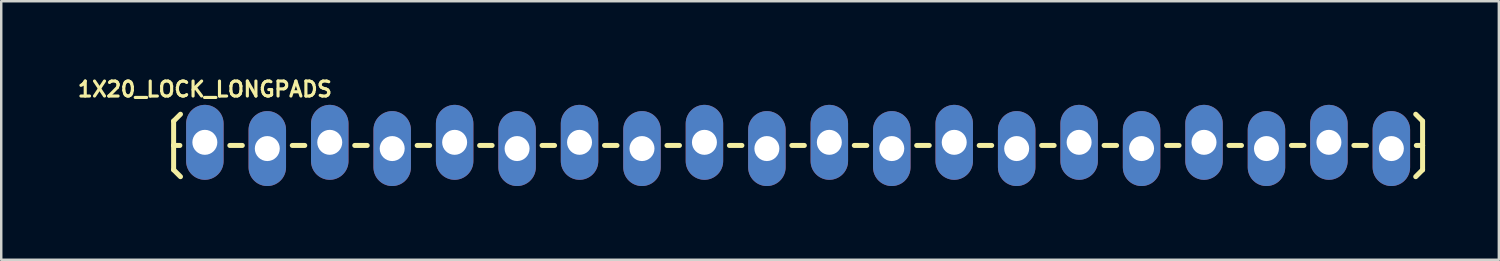
<source format=kicad_pcb>
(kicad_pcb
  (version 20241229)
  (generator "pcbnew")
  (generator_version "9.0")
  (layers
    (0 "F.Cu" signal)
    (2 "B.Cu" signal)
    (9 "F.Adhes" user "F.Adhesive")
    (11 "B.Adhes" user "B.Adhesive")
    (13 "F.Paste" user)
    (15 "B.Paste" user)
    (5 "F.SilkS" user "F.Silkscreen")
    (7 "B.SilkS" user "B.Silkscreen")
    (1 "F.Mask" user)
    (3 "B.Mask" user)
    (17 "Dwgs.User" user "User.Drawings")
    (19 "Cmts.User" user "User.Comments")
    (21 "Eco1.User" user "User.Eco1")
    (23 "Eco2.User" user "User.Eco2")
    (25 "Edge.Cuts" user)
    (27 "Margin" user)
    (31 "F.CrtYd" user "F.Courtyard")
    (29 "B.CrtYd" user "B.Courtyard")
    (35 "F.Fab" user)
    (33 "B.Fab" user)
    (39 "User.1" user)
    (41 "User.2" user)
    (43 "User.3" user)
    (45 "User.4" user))
  (footprint "1X20_LOCK_LONGPADS"
    (layer "F.Cu")
    (at 5.282 2.866)
    (property "Reference" "1X20_LOCK_LONGPADS" (at 0 -2.286 0) (layer "F.SilkS") (effects (font (size 0.61 0.61) (thickness 0.127))))
    (attr exclude_from_pos_files exclude_from_bom)
    (fp_line (start -1.27 -0.991) (end -0.991 -1.27) (stroke (width 0.203) (type solid)) (layer "F.SilkS"))
    (fp_line (start -1.27 0) (end -1.27 -0.991) (stroke (width 0.203) (type solid)) (layer "F.SilkS"))
    (fp_line (start -1.27 0) (end -1.27 0.991) (stroke (width 0.203) (type solid)) (layer "F.SilkS"))
    (fp_line (start -1.27 0) (end -1.016 0) (stroke (width 0.203) (type solid)) (layer "F.SilkS"))
    (fp_line (start -1.27 0.991) (end -0.991 1.27) (stroke (width 0.203) (type solid)) (layer "F.SilkS"))
    (fp_line (start 1.524 0) (end 1.016 0) (stroke (width 0.203) (type solid)) (layer "F.SilkS"))
    (fp_line (start 4.064 0) (end 3.556 0) (stroke (width 0.203) (type solid)) (layer "F.SilkS"))
    (fp_line (start 6.604 0) (end 6.096 0) (stroke (width 0.203) (type solid)) (layer "F.SilkS"))
    (fp_line (start 9.144 0) (end 8.636 0) (stroke (width 0.203) (type solid)) (layer "F.SilkS"))
    (fp_line (start 11.684 0) (end 11.176 0) (stroke (width 0.203) (type solid)) (layer "F.SilkS"))
    (fp_line (start 14.224 0) (end 13.716 0) (stroke (width 0.203) (type solid)) (layer "F.SilkS"))
    (fp_line (start 16.764 0) (end 16.256 0) (stroke (width 0.203) (type solid)) (layer "F.SilkS"))
    (fp_line (start 19.304 0) (end 18.796 0) (stroke (width 0.203) (type solid)) (layer "F.SilkS"))
    (fp_line (start 21.844 0) (end 21.336 0) (stroke (width 0.203) (type solid)) (layer "F.SilkS"))
    (fp_line (start 24.384 0) (end 23.876 0) (stroke (width 0.203) (type solid)) (layer "F.SilkS"))
    (fp_line (start 26.924 0) (end 26.416 0) (stroke (width 0.203) (type solid)) (layer "F.SilkS"))
    (fp_line (start 29.464 0) (end 28.953 0) (stroke (width 0.203) (type solid)) (layer "F.SilkS"))
    (fp_line (start 32.004 0) (end 31.496 0) (stroke (width 0.203) (type solid)) (layer "F.SilkS"))
    (fp_line (start 34.544 0) (end 34.036 0) (stroke (width 0.203) (type solid)) (layer "F.SilkS"))
    (fp_line (start 37.084 0) (end 36.576 0) (stroke (width 0.203) (type solid)) (layer "F.SilkS"))
    (fp_line (start 39.624 0) (end 39.116 0) (stroke (width 0.203) (type solid)) (layer "F.SilkS"))
    (fp_line (start 42.164 0) (end 41.656 0) (stroke (width 0.203) (type solid)) (layer "F.SilkS"))
    (fp_line (start 44.704 0) (end 44.196 0) (stroke (width 0.203) (type solid)) (layer "F.SilkS"))
    (fp_line (start 47.244 0) (end 46.736 0) (stroke (width 0.203) (type solid)) (layer "F.SilkS"))
    (fp_line (start 49.53 -0.991) (end 49.251 -1.27) (stroke (width 0.203) (type solid)) (layer "F.SilkS"))
    (fp_line (start 49.53 0) (end 49.276 0) (stroke (width 0.203) (type solid)) (layer "F.SilkS"))
    (fp_line (start 49.53 0) (end 49.53 -0.991) (stroke (width 0.203) (type solid)) (layer "F.SilkS"))
    (fp_line (start 49.53 0) (end 49.53 0.991) (stroke (width 0.203) (type solid)) (layer "F.SilkS"))
    (fp_line (start 49.53 0.991) (end 49.251 1.27) (stroke (width 0.203) (type solid)) (layer "F.SilkS"))
    (pad "1" thru_hole oval (at 0 -0.127 180) (size 1.524 3.048) (drill 1.016) (layers "*.Cu" "*.Mask"))
    (pad "2" thru_hole oval (at 2.54 0.127 180) (size 1.524 3.048) (drill 1.016) (layers "*.Cu" "*.Mask"))
    (pad "3" thru_hole oval (at 5.08 -0.127 180) (size 1.524 3.048) (drill 1.016) (layers "*.Cu" "*.Mask"))
    (pad "4" thru_hole oval (at 7.62 0.127 180) (size 1.524 3.048) (drill 1.016) (layers "*.Cu" "*.Mask"))
    (pad "5" thru_hole oval (at 10.16 -0.127 180) (size 1.524 3.048) (drill 1.016) (layers "*.Cu" "*.Mask"))
    (pad "6" thru_hole oval (at 12.7 0.127 180) (size 1.524 3.048) (drill 1.016) (layers "*.Cu" "*.Mask"))
    (pad "7" thru_hole oval (at 15.24 -0.127 180) (size 1.524 3.048) (drill 1.016) (layers "*.Cu" "*.Mask"))
    (pad "8" thru_hole oval (at 17.78 0.127 180) (size 1.524 3.048) (drill 1.016) (layers "*.Cu" "*.Mask"))
    (pad "9" thru_hole oval (at 20.32 -0.127 180) (size 1.524 3.048) (drill 1.016) (layers "*.Cu" "*.Mask"))
    (pad "10" thru_hole oval (at 22.86 0.127 180) (size 1.524 3.048) (drill 1.016) (layers "*.Cu" "*.Mask"))
    (pad "11" thru_hole oval (at 25.4 -0.127 180) (size 1.524 3.048) (drill 1.016) (layers "*.Cu" "*.Mask"))
    (pad "12" thru_hole oval (at 27.94 0.127 180) (size 1.524 3.048) (drill 1.016) (layers "*.Cu" "*.Mask"))
    (pad "13" thru_hole oval (at 30.48 -0.127 180) (size 1.524 3.048) (drill 1.016) (layers "*.Cu" "*.Mask"))
    (pad "14" thru_hole oval (at 33.02 0.127 180) (size 1.524 3.048) (drill 1.016) (layers "*.Cu" "*.Mask"))
    (pad "15" thru_hole oval (at 35.56 -0.127 180) (size 1.524 3.048) (drill 1.016) (layers "*.Cu" "*.Mask"))
    (pad "16" thru_hole oval (at 38.1 0.127 180) (size 1.524 3.048) (drill 1.016) (layers "*.Cu" "*.Mask"))
    (pad "17" thru_hole oval (at 40.64 -0.127 180) (size 1.524 3.048) (drill 1.016) (layers "*.Cu" "*.Mask"))
    (pad "18" thru_hole oval (at 43.18 0.127 180) (size 1.524 3.048) (drill 1.016) (layers "*.Cu" "*.Mask"))
    (pad "19" thru_hole oval (at 45.72 -0.127 180) (size 1.524 3.048) (drill 1.016) (layers "*.Cu" "*.Mask"))
    (pad "20" thru_hole oval (at 48.26 0.127 180) (size 1.524 3.048) (drill 1.016) (layers "*.Cu" "*.Mask")))
  (gr_rect
    (start -3 -3)
    (end 57.914 7.517)
    (stroke (width 0.1) (type default))
    (fill no)
    (layer "Edge.Cuts")))
</source>
